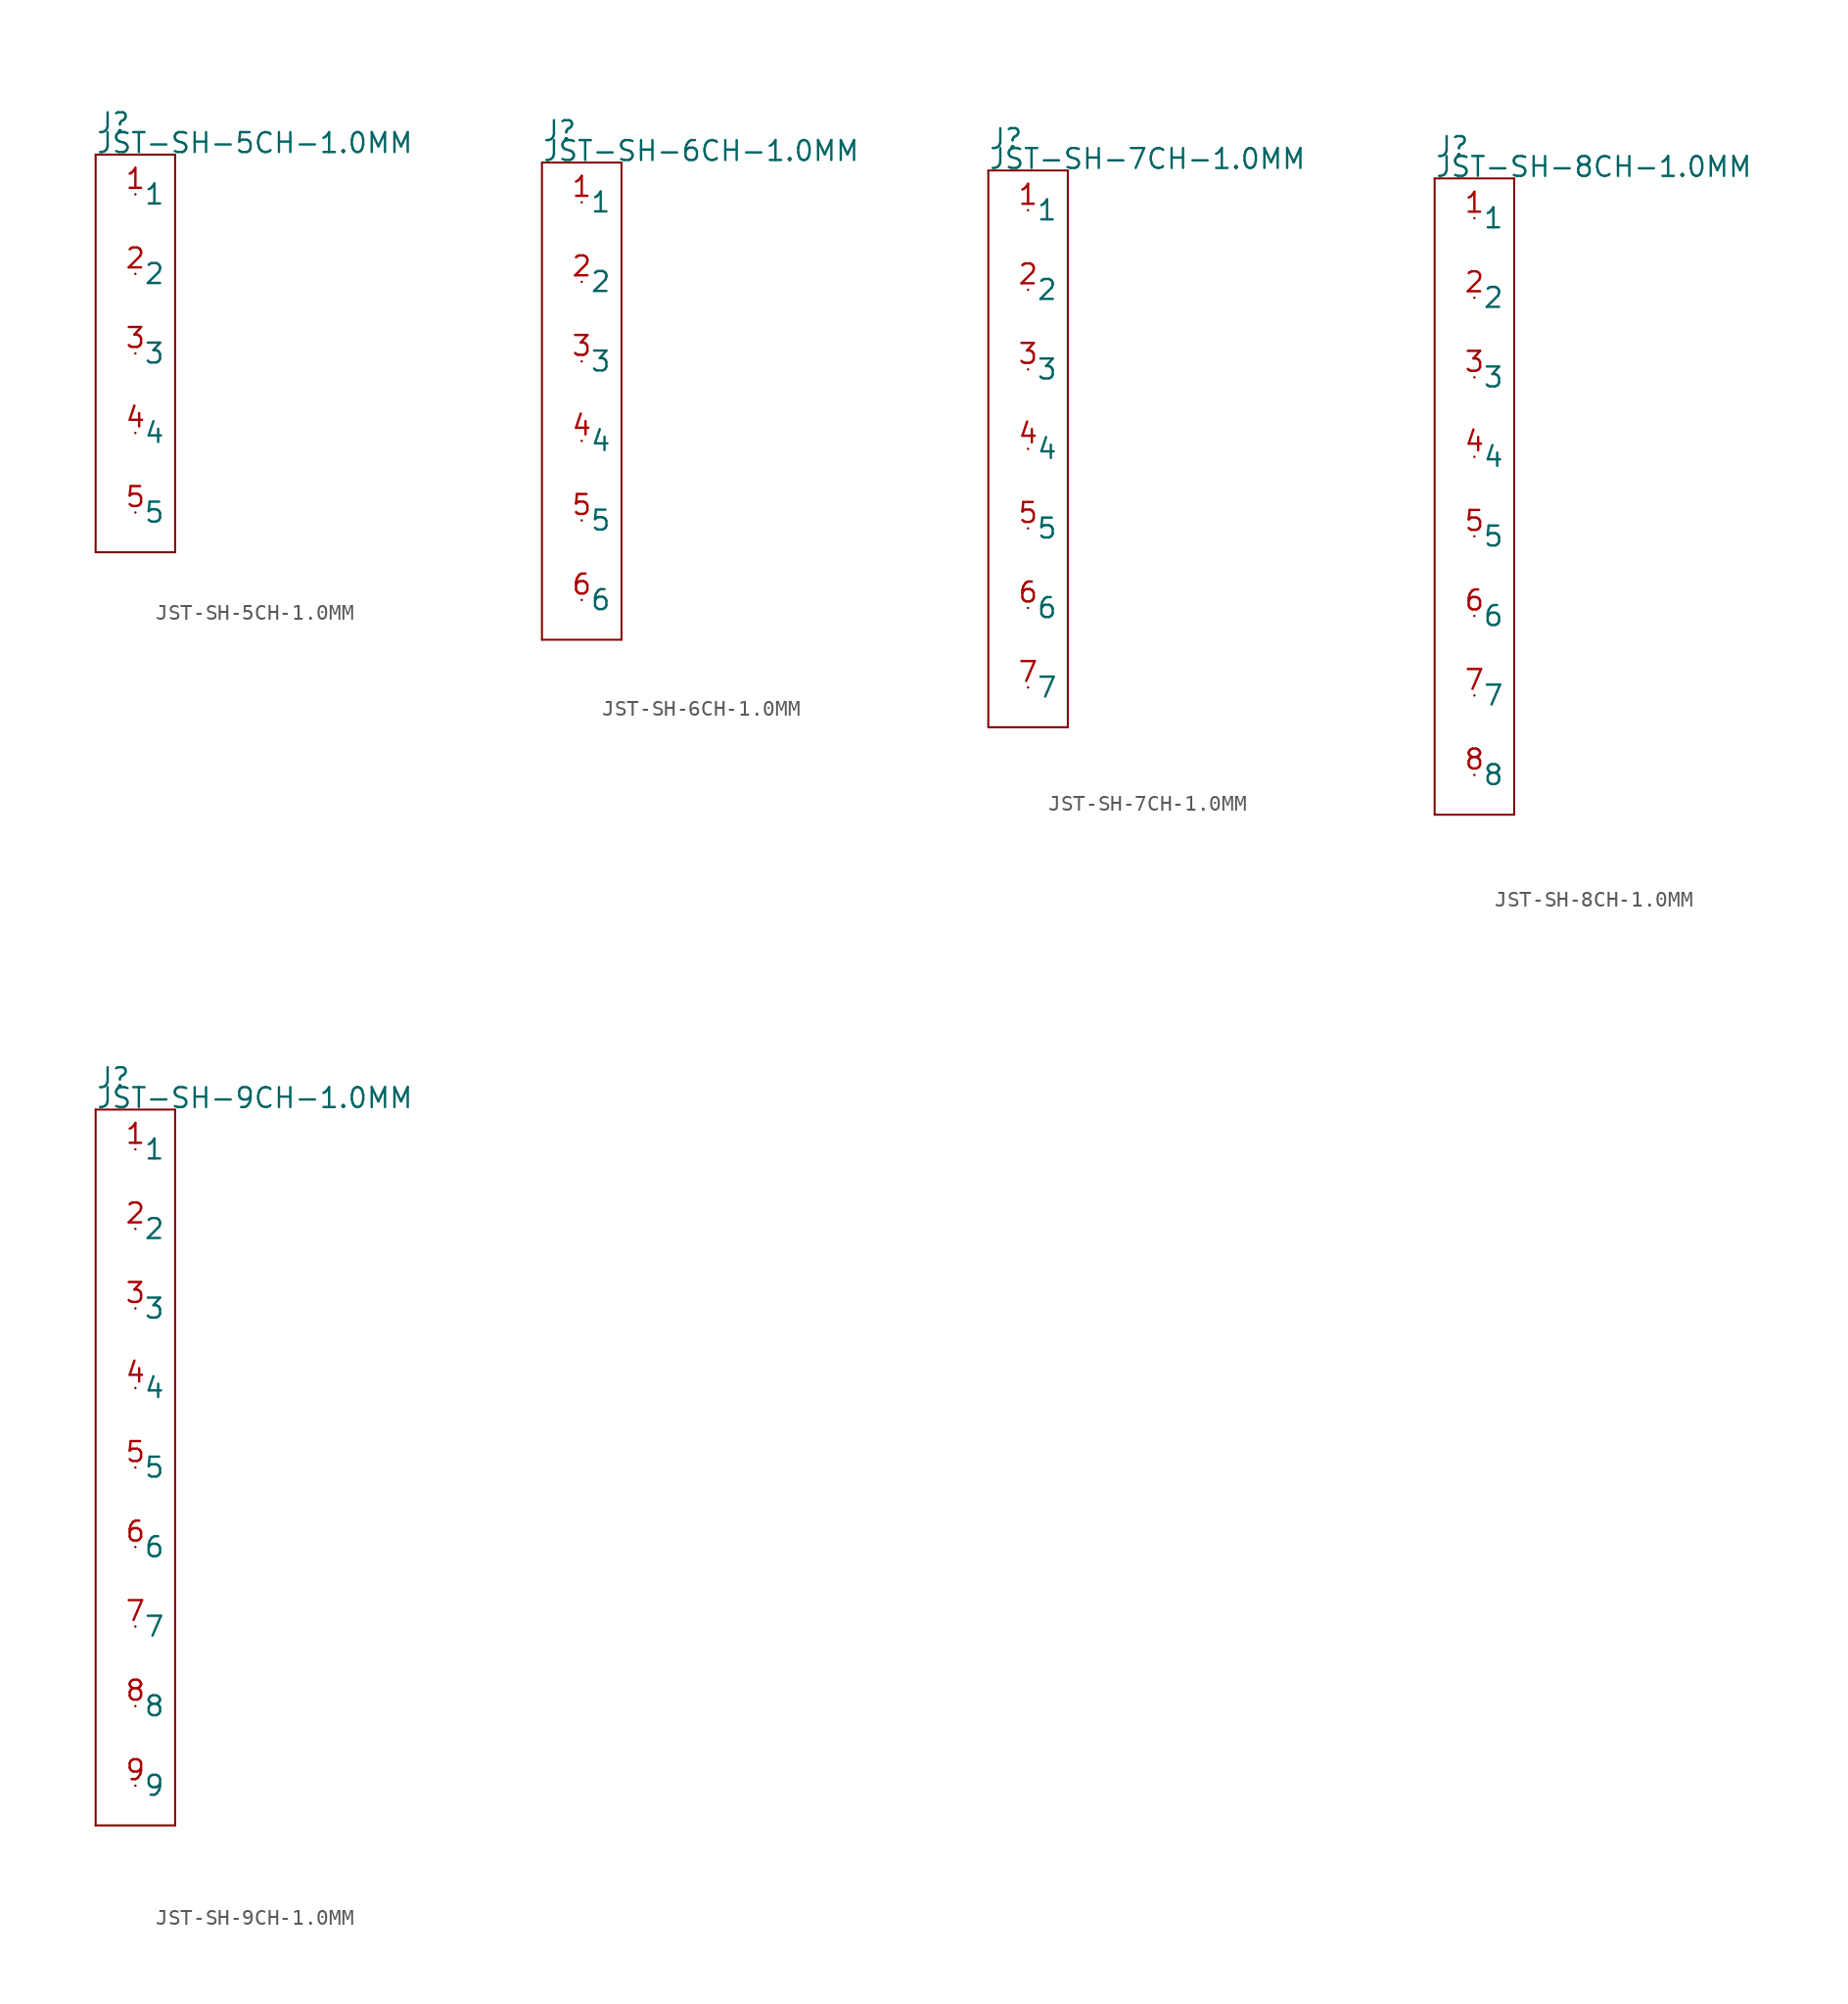
<source format=kicad_sym>
(kicad_symbol_lib
  (version 20211014)
  (generator kicad_symbol_editor)
  (symbol "JST-SH-5CH-1.0MM"
    (pin_names)
    (property "Reference" "J"
      (at -2.54 13.97 0)
      (effects (font (size 1.27 1.27)) (justify left bottom)))
    (property "Value" "JST-SH-5CH-1.0MM"
      (at -2.54 12.7 0)
      (effects (font (size 1.27 1.27)) (justify left bottom)))
    (property "Datasheet" ""
      (at 0 0 0))
    (property "ki_description" " JST 1x5  - Surface Mount JST 5POS 1MM Technical Specifications: Pitch: 1.0mm "
      (at 0 0 0))
    (property "ki_fp_filters" "FlashPCB_Connectors:JST-SM5B-SRSS-TB-SH-SMT-RA-5CH-1.0MM FlashPCB_Connectors:JST-SM5B-SRSS-TB-SH-SMT-RA-5CH-1.0MM-NOSILK FlashPCB_Connectors:JST-BM5B-SRSS-TB-SH-SMT-VERT-5CH-1.0MM FlashPCB_Connectors:JST-BM5B-SRSS-TB-SH-SMT-VERT-5CH-1.0MM-NOSILK"
      (at 0 0 0))
    (symbol "JST-SH-5CH-1.0MM_1_1"
      (polyline (pts (xy -2.54 12.7) (xy 2.54 12.7)) (stroke (width 0.127)) (fill (type none)))
      (polyline (pts (xy 2.54 12.7) (xy 2.54 -12.7)) (stroke (width 0.127)) (fill (type none)))
      (polyline (pts (xy 2.54 -12.7) (xy -2.54 -12.7)) (stroke (width 0.127)) (fill (type none)))
      (polyline (pts (xy -2.54 -12.7) (xy -2.54 12.7)) (stroke (width 0.127)) (fill (type none)))
      (pin bidirectional line (at 0 10.16 0) (length 0) (name "1" (effects (font (size 1.27 1.27)))) (number "1" (effects (font (size 1.27 1.27)))))
      (pin bidirectional line (at 0 5.08 0) (length 0) (name "2" (effects (font (size 1.27 1.27)))) (number "2" (effects (font (size 1.27 1.27)))))
      (pin bidirectional line (at 0 0 0) (length 0) (name "3" (effects (font (size 1.27 1.27)))) (number "3" (effects (font (size 1.27 1.27)))))
      (pin bidirectional line (at 0 -5.08 0) (length 0) (name "4" (effects (font (size 1.27 1.27)))) (number "4" (effects (font (size 1.27 1.27)))))
      (pin bidirectional line (at 0 -10.16 0) (length 0) (name "5" (effects (font (size 1.27 1.27)))) (number "5" (effects (font (size 1.27 1.27)))))))
  (symbol "JST-SH-6CH-1.0MM"
    (pin_names)
    (property "Reference" "J"
      (at -2.54 16.51 0)
      (effects (font (size 1.27 1.27)) (justify left bottom)))
    (property "Value" "JST-SH-6CH-1.0MM"
      (at -2.54 15.24 0)
      (effects (font (size 1.27 1.27)) (justify left bottom)))
    (property "Datasheet" ""
      (at 0 0 0))
    (property "ki_description" " JST 1x6  - Surface Mount JST 6POS 1MM Technical Specifications: Pitch: 1.0mm "
      (at 0 0 0))
    (property "ki_fp_filters" "FlashPCB_Connectors:JST-SM6B-SRSS-TB-SH-SMT-RA-6CH-1.0MM FlashPCB_Connectors:JST-SM6B-SRSS-TB-SH-SMT-RA-6CH-1.0MM-NOSILK FlashPCB_Connectors:JST-BM6B-SRSS-TB-SH-SMT-VERT-6CH-1.0MM FlashPCB_Connectors:JST-BM6B-SRSS-TB-SH-SMT-VERT-6CH-1.0MM-NOSILK"
      (at 0 0 0))
    (symbol "JST-SH-6CH-1.0MM_1_1"
      (polyline (pts (xy -2.54 15.24) (xy 2.54 15.24)) (stroke (width 0.127)) (fill (type none)))
      (polyline (pts (xy 2.54 15.24) (xy 2.54 -15.24)) (stroke (width 0.127)) (fill (type none)))
      (polyline (pts (xy 2.54 -15.24) (xy -2.54 -15.24)) (stroke (width 0.127)) (fill (type none)))
      (polyline (pts (xy -2.54 -15.24) (xy -2.54 15.24)) (stroke (width 0.127)) (fill (type none)))
      (pin bidirectional line (at 0 12.7 0) (length 0) (name "1" (effects (font (size 1.27 1.27)))) (number "1" (effects (font (size 1.27 1.27)))))
      (pin bidirectional line (at 0 7.62 0) (length 0) (name "2" (effects (font (size 1.27 1.27)))) (number "2" (effects (font (size 1.27 1.27)))))
      (pin bidirectional line (at 0 2.54 0) (length 0) (name "3" (effects (font (size 1.27 1.27)))) (number "3" (effects (font (size 1.27 1.27)))))
      (pin bidirectional line (at 0 -2.54 0) (length 0) (name "4" (effects (font (size 1.27 1.27)))) (number "4" (effects (font (size 1.27 1.27)))))
      (pin bidirectional line (at 0 -7.62 0) (length 0) (name "5" (effects (font (size 1.27 1.27)))) (number "5" (effects (font (size 1.27 1.27)))))
      (pin bidirectional line (at 0 -12.7 0) (length 0) (name "6" (effects (font (size 1.27 1.27)))) (number "6" (effects (font (size 1.27 1.27)))))))
  (symbol "JST-SH-7CH-1.0MM"
    (pin_names)
    (property "Reference" "J"
      (at -2.54 19.05 0)
      (effects (font (size 1.27 1.27)) (justify left bottom)))
    (property "Value" "JST-SH-7CH-1.0MM"
      (at -2.54 17.78 0)
      (effects (font (size 1.27 1.27)) (justify left bottom)))
    (property "Datasheet" ""
      (at 0 0 0))
    (property "ki_description" " JST 1x7  - Surface Mount JST 7POS 1MM Technical Specifications: Pitch: 1.0mm "
      (at 0 0 0))
    (property "ki_fp_filters" "FlashPCB_Connectors:JST-SM7B-SRSS-TB-SH-SMT-RA-7CH-1.0MM FlashPCB_Connectors:JST-SM7B-SRSS-TB-SH-SMT-RA-7CH-1.0MM-NOSILK FlashPCB_Connectors:JST-BM7B-SRSS-TB-SH-SMT-VERT-7CH-1.0MM FlashPCB_Connectors:JST-BM7B-SRSS-TB-SH-SMT-VERT-7CH-1.0MM-NOSILK"
      (at 0 0 0))
    (symbol "JST-SH-7CH-1.0MM_1_1"
      (polyline (pts (xy -2.54 17.78) (xy 2.54 17.78)) (stroke (width 0.127)) (fill (type none)))
      (polyline (pts (xy 2.54 17.78) (xy 2.54 -17.78)) (stroke (width 0.127)) (fill (type none)))
      (polyline (pts (xy 2.54 -17.78) (xy -2.54 -17.78)) (stroke (width 0.127)) (fill (type none)))
      (polyline (pts (xy -2.54 -17.78) (xy -2.54 17.78)) (stroke (width 0.127)) (fill (type none)))
      (pin bidirectional line (at 0 15.24 0) (length 0) (name "1" (effects (font (size 1.27 1.27)))) (number "1" (effects (font (size 1.27 1.27)))))
      (pin bidirectional line (at 0 10.16 0) (length 0) (name "2" (effects (font (size 1.27 1.27)))) (number "2" (effects (font (size 1.27 1.27)))))
      (pin bidirectional line (at 0 5.08 0) (length 0) (name "3" (effects (font (size 1.27 1.27)))) (number "3" (effects (font (size 1.27 1.27)))))
      (pin bidirectional line (at 0 0 0) (length 0) (name "4" (effects (font (size 1.27 1.27)))) (number "4" (effects (font (size 1.27 1.27)))))
      (pin bidirectional line (at 0 -5.08 0) (length 0) (name "5" (effects (font (size 1.27 1.27)))) (number "5" (effects (font (size 1.27 1.27)))))
      (pin bidirectional line (at 0 -10.16 0) (length 0) (name "6" (effects (font (size 1.27 1.27)))) (number "6" (effects (font (size 1.27 1.27)))))
      (pin bidirectional line (at 0 -15.24 0) (length 0) (name "7" (effects (font (size 1.27 1.27)))) (number "7" (effects (font (size 1.27 1.27)))))))
  (symbol "JST-SH-8CH-1.0MM"
    (pin_names)
    (property "Reference" "J"
      (at -2.54 21.59 0)
      (effects (font (size 1.27 1.27)) (justify left bottom)))
    (property "Value" "JST-SH-8CH-1.0MM"
      (at -2.54 20.32 0)
      (effects (font (size 1.27 1.27)) (justify left bottom)))
    (property "Datasheet" ""
      (at 0 0 0))
    (property "ki_description" " JST 1x8  - Surface Mount JST 8POS 1MM Technical Specifications: Pitch: 1.0mm "
      (at 0 0 0))
    (property "ki_fp_filters" "FlashPCB_Connectors:JST-SM8B-SRSS-TB-SH-SMT-RA-8CH-1.0MM FlashPCB_Connectors:JST-SM8B-SRSS-TB-SH-SMT-RA-8CH-1.0MM-NOSILK FlashPCB_Connectors:JST-BM8B-SRSS-TB-SH-SMT-VERT-8CH-1.0MM FlashPCB_Connectors:JST-BM8B-SRSS-TB-SH-SMT-VERT-8CH-1.0MM-NOSILK"
      (at 0 0 0))
    (symbol "JST-SH-8CH-1.0MM_1_1"
      (polyline (pts (xy -2.54 20.32) (xy 2.54 20.32)) (stroke (width 0.127)) (fill (type none)))
      (polyline (pts (xy 2.54 20.32) (xy 2.54 -20.32)) (stroke (width 0.127)) (fill (type none)))
      (polyline (pts (xy 2.54 -20.32) (xy -2.54 -20.32)) (stroke (width 0.127)) (fill (type none)))
      (polyline (pts (xy -2.54 -20.32) (xy -2.54 20.32)) (stroke (width 0.127)) (fill (type none)))
      (pin bidirectional line (at 0 17.78 0) (length 0) (name "1" (effects (font (size 1.27 1.27)))) (number "1" (effects (font (size 1.27 1.27)))))
      (pin bidirectional line (at 0 12.7 0) (length 0) (name "2" (effects (font (size 1.27 1.27)))) (number "2" (effects (font (size 1.27 1.27)))))
      (pin bidirectional line (at 0 7.62 0) (length 0) (name "3" (effects (font (size 1.27 1.27)))) (number "3" (effects (font (size 1.27 1.27)))))
      (pin bidirectional line (at 0 2.54 0) (length 0) (name "4" (effects (font (size 1.27 1.27)))) (number "4" (effects (font (size 1.27 1.27)))))
      (pin bidirectional line (at 0 -2.54 0) (length 0) (name "5" (effects (font (size 1.27 1.27)))) (number "5" (effects (font (size 1.27 1.27)))))
      (pin bidirectional line (at 0 -7.62 0) (length 0) (name "6" (effects (font (size 1.27 1.27)))) (number "6" (effects (font (size 1.27 1.27)))))
      (pin bidirectional line (at 0 -12.7 0) (length 0) (name "7" (effects (font (size 1.27 1.27)))) (number "7" (effects (font (size 1.27 1.27)))))
      (pin bidirectional line (at 0 -17.78 0) (length 0) (name "8" (effects (font (size 1.27 1.27)))) (number "8" (effects (font (size 1.27 1.27)))))))
  (symbol "JST-SH-9CH-1.0MM"
    (pin_names)
    (property "Reference" "J"
      (at -2.54 24.13 0)
      (effects (font (size 1.27 1.27)) (justify left bottom)))
    (property "Value" "JST-SH-9CH-1.0MM"
      (at -2.54 22.86 0)
      (effects (font (size 1.27 1.27)) (justify left bottom)))
    (property "Datasheet" ""
      (at 0 0 0))
    (property "ki_description" " JST 1x9  - Surface Mount JST 9POS 1MM Technical Specifications: Pitch: 1.0mm "
      (at 0 0 0))
    (property "ki_fp_filters" "FlashPCB_Connectors:JST-SM9B-SRSS-TB-SH-SMT-RA-9CH-1.0MM FlashPCB_Connectors:JST-SM9B-SRSS-TB-SH-SMT-RA-9CH-1.0MM-NOSILK FlashPCB_Connectors:JST-BM9B-SRSS-TB-SH-SMT-VERT-9CH-1.0MM FlashPCB_Connectors:JST-BM9B-SRSS-TB-SH-SMT-VERT-9CH-1.0MM-NOSILK"
      (at 0 0 0))
    (symbol "JST-SH-9CH-1.0MM_1_1"
      (polyline (pts (xy -2.54 22.86) (xy 2.54 22.86)) (stroke (width 0.127)) (fill (type none)))
      (polyline (pts (xy 2.54 22.86) (xy 2.54 -22.86)) (stroke (width 0.127)) (fill (type none)))
      (polyline (pts (xy 2.54 -22.86) (xy -2.54 -22.86)) (stroke (width 0.127)) (fill (type none)))
      (polyline (pts (xy -2.54 -22.86) (xy -2.54 22.86)) (stroke (width 0.127)) (fill (type none)))
      (pin bidirectional line (at 0 20.32 0) (length 0) (name "1" (effects (font (size 1.27 1.27)))) (number "1" (effects (font (size 1.27 1.27)))))
      (pin bidirectional line (at 0 15.24 0) (length 0) (name "2" (effects (font (size 1.27 1.27)))) (number "2" (effects (font (size 1.27 1.27)))))
      (pin bidirectional line (at 0 10.16 0) (length 0) (name "3" (effects (font (size 1.27 1.27)))) (number "3" (effects (font (size 1.27 1.27)))))
      (pin bidirectional line (at 0 5.08 0) (length 0) (name "4" (effects (font (size 1.27 1.27)))) (number "4" (effects (font (size 1.27 1.27)))))
      (pin bidirectional line (at 0 0 0) (length 0) (name "5" (effects (font (size 1.27 1.27)))) (number "5" (effects (font (size 1.27 1.27)))))
      (pin bidirectional line (at 0 -5.08 0) (length 0) (name "6" (effects (font (size 1.27 1.27)))) (number "6" (effects (font (size 1.27 1.27)))))
      (pin bidirectional line (at 0 -10.16 0) (length 0) (name "7" (effects (font (size 1.27 1.27)))) (number "7" (effects (font (size 1.27 1.27)))))
      (pin bidirectional line (at 0 -15.24 0) (length 0) (name "8" (effects (font (size 1.27 1.27)))) (number "8" (effects (font (size 1.27 1.27)))))
      (pin bidirectional line (at 0 -20.32 0) (length 0) (name "9" (effects (font (size 1.27 1.27)))) (number "9" (effects (font (size 1.27 1.27))))))))
</source>
